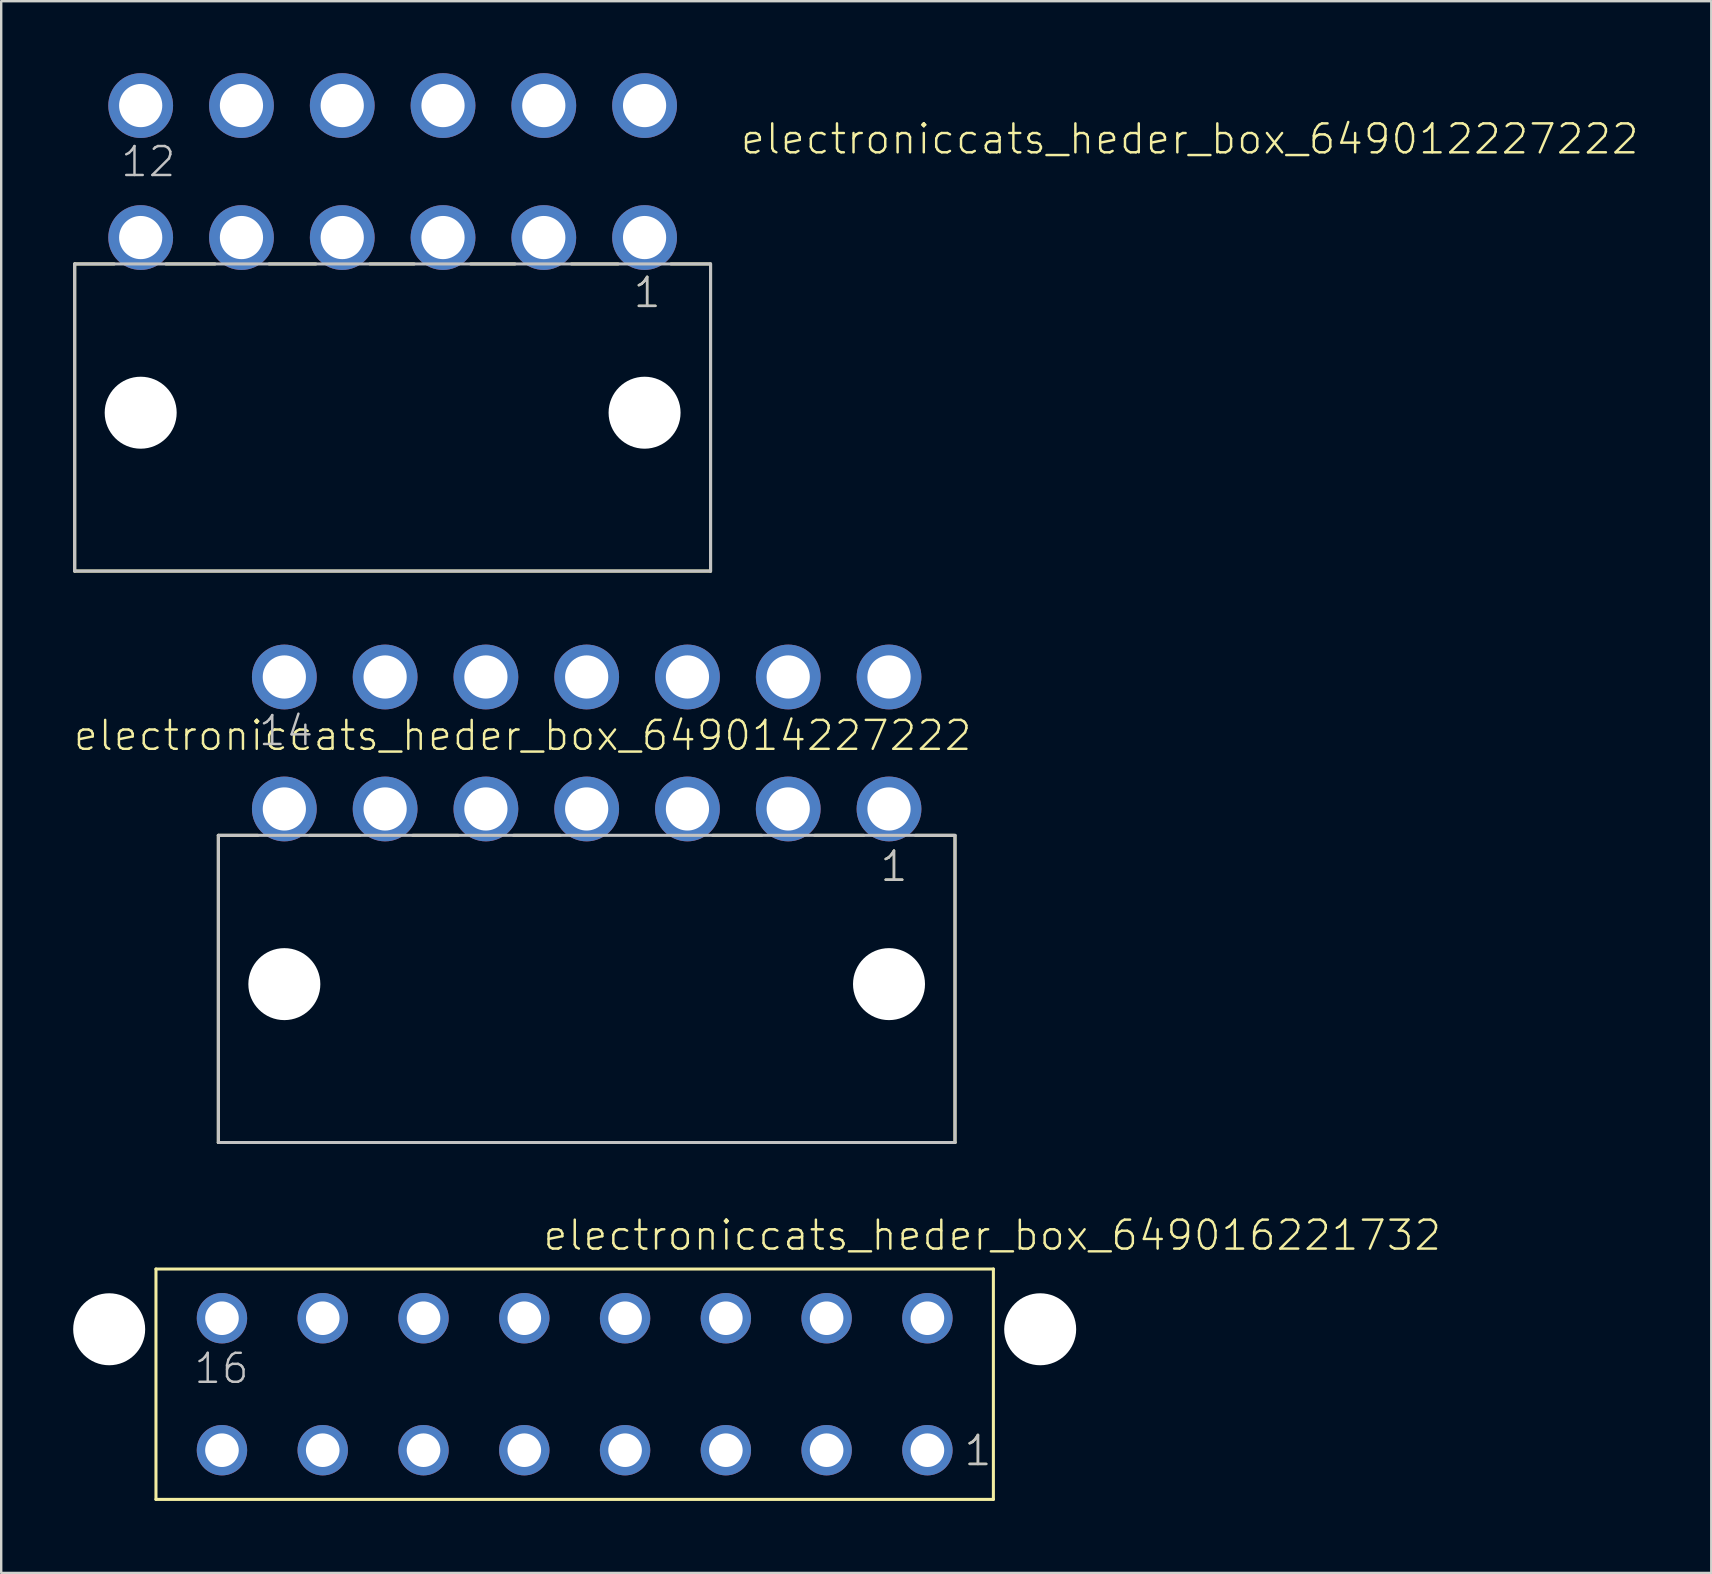
<source format=kicad_pcb>
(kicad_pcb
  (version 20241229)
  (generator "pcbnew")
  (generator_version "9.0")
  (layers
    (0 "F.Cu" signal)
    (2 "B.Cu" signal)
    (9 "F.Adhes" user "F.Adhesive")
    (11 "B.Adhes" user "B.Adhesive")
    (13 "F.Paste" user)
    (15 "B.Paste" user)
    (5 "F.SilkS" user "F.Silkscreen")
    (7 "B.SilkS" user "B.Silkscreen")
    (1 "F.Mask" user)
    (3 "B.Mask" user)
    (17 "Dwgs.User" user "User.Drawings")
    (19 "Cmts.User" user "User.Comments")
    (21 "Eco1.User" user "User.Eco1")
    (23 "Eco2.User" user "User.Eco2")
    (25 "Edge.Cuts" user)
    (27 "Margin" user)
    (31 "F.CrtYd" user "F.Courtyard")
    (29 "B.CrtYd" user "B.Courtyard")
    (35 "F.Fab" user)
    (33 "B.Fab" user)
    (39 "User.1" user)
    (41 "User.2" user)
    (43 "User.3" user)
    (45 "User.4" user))
  (footprint "electroniccats_heder_box_649014227222"
    (layer "F.Cu")
    (at 21.4 37.964)
    (property "Reference" "electroniccats_heder_box_649014227222" (at 16.122 -11.065 0) (layer "F.SilkS") (effects (font (size 1.206 1.206) (thickness 0.102)) (justify right top)))
    (attr through_hole)
    (fp_line (start -15.35 -6.2) (end -13.7 -6.2) (stroke (width 0.127) (type solid)) (layer "F.SilkS"))
    (fp_line (start -15.35 6.6) (end -15.35 -6.2) (stroke (width 0.127) (type solid)) (layer "F.SilkS"))
    (fp_line (start -11.55 -6.2) (end -9.45 -6.2) (stroke (width 0.127) (type solid)) (layer "F.SilkS"))
    (fp_line (start -7.25 -6.2) (end -5.35 -6.2) (stroke (width 0.127) (type solid)) (layer "F.SilkS"))
    (fp_line (start -3.05 -6.2) (end -1.1 -6.2) (stroke (width 0.127) (type solid)) (layer "F.SilkS"))
    (fp_line (start 5.25 -6.2) (end 7.3 -6.2) (stroke (width 0.127) (type solid)) (layer "F.SilkS"))
    (fp_line (start 9.5 -6.2) (end 11.55 -6.2) (stroke (width 0.127) (type solid)) (layer "F.SilkS"))
    (fp_line (start 13.7 -6.2) (end 15.3 -6.2) (stroke (width 0.127) (type solid)) (layer "F.SilkS"))
    (fp_line (start 15.35 -6.2) (end 15.35 6.6) (stroke (width 0.127) (type solid)) (layer "F.SilkS"))
    (fp_line (start 15.35 6.6) (end -15.35 6.6) (stroke (width 0.127) (type solid)) (layer "F.SilkS"))
    (fp_line (start -15.35 -6.2) (end 15.35 -6.2) (stroke (width 0.127) (type solid)) (layer "Dwgs.User"))
    (fp_line (start -15.35 6.6) (end -15.35 -6.2) (stroke (width 0.127) (type solid)) (layer "Dwgs.User"))
    (fp_line (start 15.35 -6.2) (end 15.35 6.6) (stroke (width 0.127) (type solid)) (layer "Dwgs.User"))
    (fp_line (start 15.35 6.6) (end -15.35 6.6) (stroke (width 0.127) (type solid)) (layer "Dwgs.User"))
    (fp_text user "1" (at 12.165 -4.2 0) (layer "F.SilkS") (effects (font (size 1.206 1.206) (thickness 0.102)) (justify left bottom)))
    (fp_text user "14" (at -13.745 -9.855 0) (layer "Dwgs.User") (effects (font (size 1.206 1.206) (thickness 0.102)) (justify left bottom)))
    (fp_text user "1" (at 12.165 -4.2 0) (layer "Dwgs.User") (effects (font (size 1.206 1.206) (thickness 0.102)) (justify left bottom)))
    (pad "" np_thru_hole circle (at -12.6 0) (size 3 3) (drill 3) (layers "*.Cu"))
    (pad "" np_thru_hole circle (at 12.6 0) (size 3 3) (drill 3) (layers "*.Cu"))
    (pad "1" thru_hole circle (at 12.6 -7.3) (size 2.7 2.7) (drill 1.8) (layers "*.Cu" "*.Mask"))
    (pad "2" thru_hole circle (at 8.4 -7.3) (size 2.7 2.7) (drill 1.8) (layers "*.Cu" "*.Mask"))
    (pad "3" thru_hole circle (at 4.2 -7.3) (size 2.7 2.7) (drill 1.8) (layers "*.Cu" "*.Mask"))
    (pad "4" thru_hole circle (at 0 -7.3) (size 2.7 2.7) (drill 1.8) (layers "*.Cu" "*.Mask"))
    (pad "5" thru_hole circle (at -4.2 -7.3) (size 2.7 2.7) (drill 1.8) (layers "*.Cu" "*.Mask"))
    (pad "6" thru_hole circle (at -8.4 -7.3) (size 2.7 2.7) (drill 1.8) (layers "*.Cu" "*.Mask"))
    (pad "7" thru_hole circle (at -12.6 -7.3) (size 2.7 2.7) (drill 1.8) (layers "*.Cu" "*.Mask"))
    (pad "8" thru_hole circle (at 12.6 -12.8) (size 2.7 2.7) (drill 1.8) (layers "*.Cu" "*.Mask"))
    (pad "9" thru_hole circle (at 8.4 -12.8) (size 2.7 2.7) (drill 1.8) (layers "*.Cu" "*.Mask"))
    (pad "10" thru_hole circle (at 4.2 -12.8) (size 2.7 2.7) (drill 1.8) (layers "*.Cu" "*.Mask"))
    (pad "11" thru_hole circle (at 0 -12.8) (size 2.7 2.7) (drill 1.8) (layers "*.Cu" "*.Mask"))
    (pad "12" thru_hole circle (at -4.2 -12.8) (size 2.7 2.7) (drill 1.8) (layers "*.Cu" "*.Mask"))
    (pad "13" thru_hole circle (at -8.4 -12.8) (size 2.7 2.7) (drill 1.8) (layers "*.Cu" "*.Mask"))
    (pad "14" thru_hole circle (at -12.6 -12.8) (size 2.7 2.7) (drill 1.8) (layers "*.Cu" "*.Mask")))
  (footprint "electroniccats_heder_box_649016221732"
    (layer "F.Cu")
    (at 20.9 54.638)
    (property "Reference" "electroniccats_heder_box_649016221732" (at -1.385 -5.5 0) (layer "F.SilkS") (effects (font (size 1.206 1.206) (thickness 0.102)) (justify left bottom)))
    (attr through_hole)
    (fp_line (start -17.45 -4.8) (end 17.45 -4.8) (stroke (width 0.127) (type solid)) (layer "F.SilkS"))
    (fp_line (start -17.45 4.8) (end -17.45 -4.8) (stroke (width 0.127) (type solid)) (layer "F.SilkS"))
    (fp_line (start 17.45 -4.8) (end 17.45 4.8) (stroke (width 0.127) (type solid)) (layer "F.SilkS"))
    (fp_line (start 17.45 4.8) (end -17.45 4.8) (stroke (width 0.127) (type solid)) (layer "F.SilkS"))
    (fp_text user "1" (at 16.165 3.475 0) (layer "F.SilkS") (effects (font (size 1.206 1.206) (thickness 0.102)) (justify left bottom)))
    (fp_text user "16" (at -15.935 0.05 0) (layer "Dwgs.User") (effects (font (size 1.206 1.206) (thickness 0.102)) (justify left bottom)))
    (fp_text user "1" (at 16.165 3.475 0) (layer "Dwgs.User") (effects (font (size 1.206 1.206) (thickness 0.102)) (justify left bottom)))
    (pad "" np_thru_hole circle (at -19.4 -2.29) (size 3 3) (drill 3) (layers "*.Cu"))
    (pad "" np_thru_hole circle (at 19.4 -2.29) (size 3 3) (drill 3) (layers "*.Cu"))
    (pad "1" thru_hole circle (at 14.7 2.75) (size 2.1 2.1) (drill 1.4) (layers "*.Cu" "*.Mask"))
    (pad "2" thru_hole circle (at 10.5 2.75) (size 2.1 2.1) (drill 1.4) (layers "*.Cu" "*.Mask"))
    (pad "3" thru_hole circle (at 6.3 2.75) (size 2.1 2.1) (drill 1.4) (layers "*.Cu" "*.Mask"))
    (pad "4" thru_hole circle (at 2.1 2.75) (size 2.1 2.1) (drill 1.4) (layers "*.Cu" "*.Mask"))
    (pad "5" thru_hole circle (at -2.1 2.75) (size 2.1 2.1) (drill 1.4) (layers "*.Cu" "*.Mask"))
    (pad "6" thru_hole circle (at -6.3 2.75) (size 2.1 2.1) (drill 1.4) (layers "*.Cu" "*.Mask"))
    (pad "7" thru_hole circle (at -10.5 2.75) (size 2.1 2.1) (drill 1.4) (layers "*.Cu" "*.Mask"))
    (pad "8" thru_hole circle (at -14.7 2.75) (size 2.1 2.1) (drill 1.4) (layers "*.Cu" "*.Mask"))
    (pad "9" thru_hole circle (at 14.7 -2.75) (size 2.1 2.1) (drill 1.4) (layers "*.Cu" "*.Mask"))
    (pad "10" thru_hole circle (at 10.5 -2.75) (size 2.1 2.1) (drill 1.4) (layers "*.Cu" "*.Mask"))
    (pad "11" thru_hole circle (at 6.3 -2.75) (size 2.1 2.1) (drill 1.4) (layers "*.Cu" "*.Mask"))
    (pad "12" thru_hole circle (at 2.1 -2.75) (size 2.1 2.1) (drill 1.4) (layers "*.Cu" "*.Mask"))
    (pad "13" thru_hole circle (at -2.1 -2.75) (size 2.1 2.1) (drill 1.4) (layers "*.Cu" "*.Mask"))
    (pad "14" thru_hole circle (at -6.3 -2.75) (size 2.1 2.1) (drill 1.4) (layers "*.Cu" "*.Mask"))
    (pad "15" thru_hole circle (at -10.5 -2.75) (size 2.1 2.1) (drill 1.4) (layers "*.Cu" "*.Mask"))
    (pad "16" thru_hole circle (at -14.7 -2.75) (size 2.1 2.1) (drill 1.4) (layers "*.Cu" "*.Mask")))
  (footprint "electroniccats_heder_box_649012227222"
    (layer "F.Cu")
    (at 13.313 14.15)
    (property "Reference" "electroniccats_heder_box_649012227222" (at 14.432 -10.7 0) (layer "F.SilkS") (effects (font (size 1.206 1.206) (thickness 0.102)) (justify left bottom)))
    (attr through_hole)
    (fp_line (start -13.25 -6.2) (end -11.6 -6.2) (stroke (width 0.127) (type solid)) (layer "F.SilkS"))
    (fp_line (start -13.25 6.6) (end -13.25 -6.2) (stroke (width 0.127) (type solid)) (layer "F.SilkS"))
    (fp_line (start -9.45 -6.2) (end -7.4 -6.2) (stroke (width 0.127) (type solid)) (layer "F.SilkS"))
    (fp_line (start -5.15 -6.2) (end -3.2 -6.2) (stroke (width 0.127) (type solid)) (layer "F.SilkS"))
    (fp_line (start -0.95 -6.2) (end 0.9 -6.2) (stroke (width 0.127) (type solid)) (layer "F.SilkS"))
    (fp_line (start 3.25 -6.2) (end 5.1 -6.2) (stroke (width 0.127) (type solid)) (layer "F.SilkS"))
    (fp_line (start 7.45 -6.2) (end 9.4 -6.2) (stroke (width 0.127) (type solid)) (layer "F.SilkS"))
    (fp_line (start 11.6 -6.2) (end 13.2 -6.2) (stroke (width 0.127) (type solid)) (layer "F.SilkS"))
    (fp_line (start 13.25 -6.2) (end 13.25 6.6) (stroke (width 0.127) (type solid)) (layer "F.SilkS"))
    (fp_line (start 13.25 6.6) (end -13.25 6.6) (stroke (width 0.127) (type solid)) (layer "F.SilkS"))
    (fp_line (start -13.25 -6.2) (end 13.25 -6.2) (stroke (width 0.127) (type solid)) (layer "Dwgs.User"))
    (fp_line (start -13.25 6.6) (end -13.25 -6.2) (stroke (width 0.127) (type solid)) (layer "Dwgs.User"))
    (fp_line (start 13.25 -6.2) (end 13.25 6.6) (stroke (width 0.127) (type solid)) (layer "Dwgs.User"))
    (fp_line (start 13.25 6.6) (end -13.25 6.6) (stroke (width 0.127) (type solid)) (layer "Dwgs.User"))
    (fp_text user "1" (at 9.965 -4.3 0) (layer "F.SilkS") (effects (font (size 1.206 1.206) (thickness 0.102)) (justify left bottom)))
    (fp_text user "1" (at 9.965 -4.3 0) (layer "Dwgs.User") (effects (font (size 1.206 1.206) (thickness 0.102)) (justify left bottom)))
    (fp_text user "12" (at -11.4 -9.755 0) (layer "Dwgs.User") (effects (font (size 1.206 1.206) (thickness 0.102)) (justify left bottom)))
    (pad "" np_thru_hole circle (at -10.5 0) (size 3 3) (drill 3) (layers "*.Cu"))
    (pad "" np_thru_hole circle (at 10.5 0) (size 3 3) (drill 3) (layers "*.Cu"))
    (pad "1" thru_hole circle (at 10.5 -7.3) (size 2.7 2.7) (drill 1.8) (layers "*.Cu" "*.Mask"))
    (pad "2" thru_hole circle (at 6.3 -7.3) (size 2.7 2.7) (drill 1.8) (layers "*.Cu" "*.Mask"))
    (pad "3" thru_hole circle (at 2.1 -7.3) (size 2.7 2.7) (drill 1.8) (layers "*.Cu" "*.Mask"))
    (pad "4" thru_hole circle (at -2.1 -7.3) (size 2.7 2.7) (drill 1.8) (layers "*.Cu" "*.Mask"))
    (pad "5" thru_hole circle (at -6.3 -7.3) (size 2.7 2.7) (drill 1.8) (layers "*.Cu" "*.Mask"))
    (pad "6" thru_hole circle (at -10.5 -7.3) (size 2.7 2.7) (drill 1.8) (layers "*.Cu" "*.Mask"))
    (pad "7" thru_hole circle (at 10.5 -12.8) (size 2.7 2.7) (drill 1.8) (layers "*.Cu" "*.Mask"))
    (pad "8" thru_hole circle (at 6.3 -12.8) (size 2.7 2.7) (drill 1.8) (layers "*.Cu" "*.Mask"))
    (pad "9" thru_hole circle (at 2.1 -12.8) (size 2.7 2.7) (drill 1.8) (layers "*.Cu" "*.Mask"))
    (pad "10" thru_hole circle (at -2.1 -12.8) (size 2.7 2.7) (drill 1.8) (layers "*.Cu" "*.Mask"))
    (pad "11" thru_hole circle (at -6.3 -12.8) (size 2.7 2.7) (drill 1.8) (layers "*.Cu" "*.Mask"))
    (pad "12" thru_hole circle (at -10.5 -12.8) (size 2.7 2.7) (drill 1.8) (layers "*.Cu" "*.Mask")))
  (gr_rect
    (start -3 -3)
    (end 68.268 62.502)
    (stroke (width 0.1) (type default))
    (fill no)
    (layer "Edge.Cuts")))
</source>
